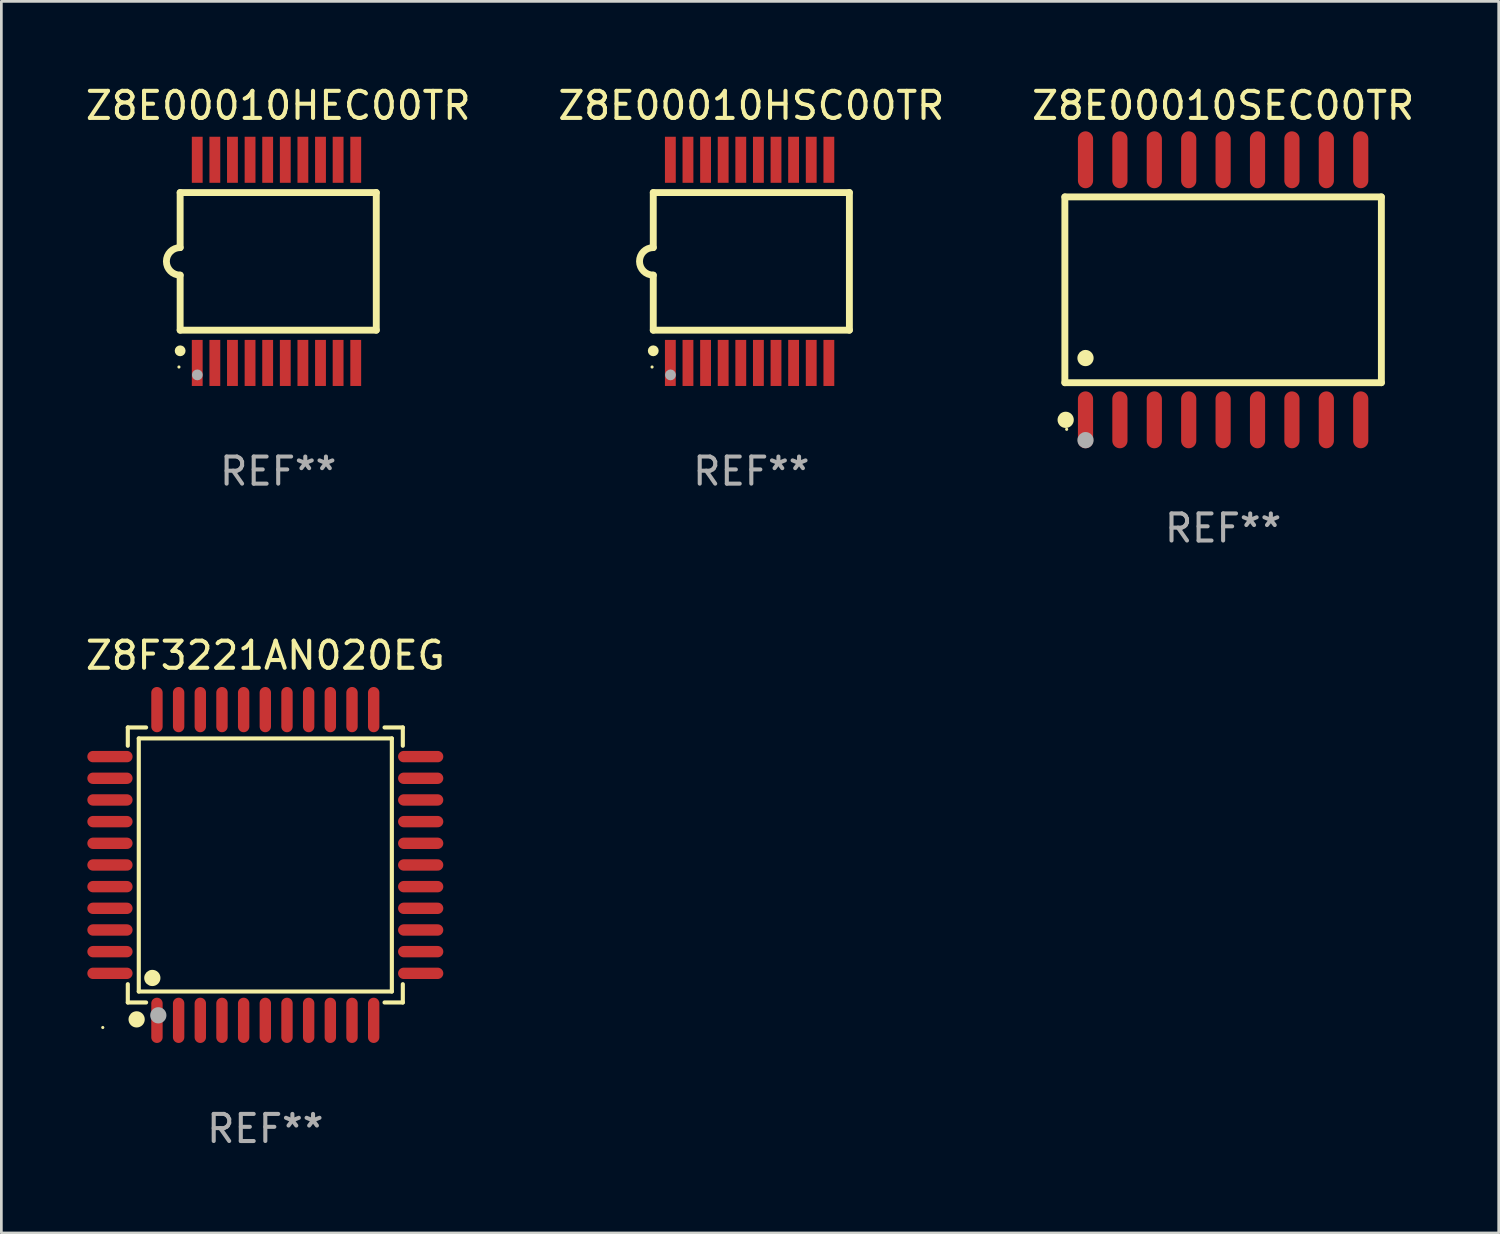
<source format=kicad_pcb>
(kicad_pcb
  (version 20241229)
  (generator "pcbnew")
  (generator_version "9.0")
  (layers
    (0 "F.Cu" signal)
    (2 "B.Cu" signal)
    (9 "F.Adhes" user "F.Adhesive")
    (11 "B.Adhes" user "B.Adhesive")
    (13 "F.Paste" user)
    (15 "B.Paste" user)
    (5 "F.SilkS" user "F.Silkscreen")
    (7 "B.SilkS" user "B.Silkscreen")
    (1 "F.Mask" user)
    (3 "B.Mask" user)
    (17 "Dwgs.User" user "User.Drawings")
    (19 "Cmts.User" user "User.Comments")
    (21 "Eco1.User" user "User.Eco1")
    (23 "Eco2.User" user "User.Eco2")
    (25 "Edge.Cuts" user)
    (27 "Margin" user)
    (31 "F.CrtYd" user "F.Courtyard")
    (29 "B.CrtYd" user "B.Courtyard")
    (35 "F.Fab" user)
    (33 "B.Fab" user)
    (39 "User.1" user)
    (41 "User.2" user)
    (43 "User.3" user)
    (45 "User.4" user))
  (footprint "Z8E00010HSC00TR"
    (layer "F.Cu")
    (at 24.685 6.598)
    (property "Reference" "Z8E00010HSC00TR" (at 0 -5.75 0) (layer "F.SilkS") (effects (font (size 1 1) (thickness 0.15))))
    (attr through_hole)
    (fp_line (start -3.62 -2.54) (end 3.62 -2.54) (stroke (width 0.254) (type solid)) (layer "F.SilkS"))
    (fp_line (start -3.62 -0.508) (end -3.62 -2.54) (stroke (width 0.254) (type solid)) (layer "F.SilkS"))
    (fp_line (start -3.62 2.54) (end -3.62 0.508) (stroke (width 0.254) (type solid)) (layer "F.SilkS"))
    (fp_line (start 3.62 -2.54) (end 3.62 2.54) (stroke (width 0.254) (type solid)) (layer "F.SilkS"))
    (fp_line (start 3.62 2.54) (end -3.62 2.54) (stroke (width 0.254) (type solid)) (layer "F.SilkS"))
    (fp_arc (start -3.619507 0.508052) (mid -4.125607 0.000051) (end -3.619507 -0.50795) (stroke (width 0.254001) (type solid)) (layer "F.SilkS"))
    (fp_circle (center -3.664 3.9) (end -3.634 3.9) (stroke (width 0.06) (type solid)) (fill no) (layer "F.SilkS"))
    (fp_circle (center -3.62 3.302) (end -3.52 3.302) (stroke (width 0.2) (type solid)) (fill no) (layer "F.SilkS"))
    (fp_circle (center -2.985 4.191) (end -2.885 4.191) (stroke (width 0.2) (type solid)) (fill no) (layer "F.Fab"))
    (fp_text user "REF**" (at 0 7.75 0) (layer "F.Fab") (effects (font (size 1 1) (thickness 0.15))))
    (pad "1" smd rect (at -2.989 3.75) (size 0.4 1.7) (layers "F.Cu" "F.Mask" "F.Paste"))
    (pad "2" smd rect (at -2.339 3.75) (size 0.4 1.7) (layers "F.Cu" "F.Mask" "F.Paste"))
    (pad "3" smd rect (at -1.689 3.75) (size 0.4 1.7) (layers "F.Cu" "F.Mask" "F.Paste"))
    (pad "4" smd rect (at -1.039 3.75) (size 0.4 1.7) (layers "F.Cu" "F.Mask" "F.Paste"))
    (pad "5" smd rect (at -0.389 3.75) (size 0.4 1.7) (layers "F.Cu" "F.Mask" "F.Paste"))
    (pad "6" smd rect (at 0.261 3.75) (size 0.4 1.7) (layers "F.Cu" "F.Mask" "F.Paste"))
    (pad "7" smd rect (at 0.911 3.75) (size 0.4 1.7) (layers "F.Cu" "F.Mask" "F.Paste"))
    (pad "8" smd rect (at 1.561 3.75) (size 0.4 1.7) (layers "F.Cu" "F.Mask" "F.Paste"))
    (pad "9" smd rect (at 2.211 3.75) (size 0.4 1.7) (layers "F.Cu" "F.Mask" "F.Paste"))
    (pad "10" smd rect (at 2.862 3.75) (size 0.4 1.7) (layers "F.Cu" "F.Mask" "F.Paste"))
    (pad "11" smd rect (at 2.862 -3.75) (size 0.4 1.7) (layers "F.Cu" "F.Mask" "F.Paste"))
    (pad "12" smd rect (at 2.211 -3.75) (size 0.4 1.7) (layers "F.Cu" "F.Mask" "F.Paste"))
    (pad "13" smd rect (at 1.561 -3.75) (size 0.4 1.7) (layers "F.Cu" "F.Mask" "F.Paste"))
    (pad "14" smd rect (at 0.911 -3.75) (size 0.4 1.7) (layers "F.Cu" "F.Mask" "F.Paste"))
    (pad "15" smd rect (at 0.261 -3.75) (size 0.4 1.7) (layers "F.Cu" "F.Mask" "F.Paste"))
    (pad "16" smd rect (at -0.389 -3.75) (size 0.4 1.7) (layers "F.Cu" "F.Mask" "F.Paste"))
    (pad "17" smd rect (at -1.039 -3.75) (size 0.4 1.7) (layers "F.Cu" "F.Mask" "F.Paste"))
    (pad "18" smd rect (at -1.689 -3.75) (size 0.4 1.7) (layers "F.Cu" "F.Mask" "F.Paste"))
    (pad "19" smd rect (at -2.339 -3.75) (size 0.4 1.7) (layers "F.Cu" "F.Mask" "F.Paste"))
    (pad "20" smd rect (at -2.989 -3.75) (size 0.4 1.7) (layers "F.Cu" "F.Mask" "F.Paste")))
  (footprint "Z8F3221AN020EG"
    (layer "F.Cu")
    (at 6.744 28.88)
    (property "Reference" "Z8F3221AN020EG" (at 0 -7.735 0) (layer "F.SilkS") (effects (font (size 1 1) (thickness 0.15))))
    (attr through_hole)
    (fp_line (start -5.076 -5.076) (end -4.401 -5.076) (stroke (width 0.152) (type solid)) (layer "F.SilkS"))
    (fp_line (start -5.076 -4.401) (end -5.076 -5.076) (stroke (width 0.152) (type solid)) (layer "F.SilkS"))
    (fp_line (start -5.076 4.401) (end -5.076 5.076) (stroke (width 0.152) (type solid)) (layer "F.SilkS"))
    (fp_line (start -5.076 5.076) (end -4.401 5.076) (stroke (width 0.152) (type solid)) (layer "F.SilkS"))
    (fp_line (start -4.671 -4.671) (end 4.671 -4.671) (stroke (width 0.152) (type solid)) (layer "F.SilkS"))
    (fp_line (start -4.671 4.671) (end -4.671 -4.671) (stroke (width 0.152) (type solid)) (layer "F.SilkS"))
    (fp_line (start 4.671 -4.671) (end 4.671 4.671) (stroke (width 0.152) (type solid)) (layer "F.SilkS"))
    (fp_line (start 4.671 4.671) (end -4.671 4.671) (stroke (width 0.152) (type solid)) (layer "F.SilkS"))
    (fp_line (start 5.076 -5.076) (end 4.401 -5.076) (stroke (width 0.152) (type solid)) (layer "F.SilkS"))
    (fp_line (start 5.076 -4.401) (end 5.076 -5.076) (stroke (width 0.152) (type solid)) (layer "F.SilkS"))
    (fp_line (start 5.076 4.401) (end 5.076 5.076) (stroke (width 0.152) (type solid)) (layer "F.SilkS"))
    (fp_line (start 5.076 5.076) (end 4.401 5.076) (stroke (width 0.152) (type solid)) (layer "F.SilkS"))
    (fp_circle (center -6 6) (end -5.97 6) (stroke (width 0.06) (type solid)) (fill no) (layer "F.SilkS"))
    (fp_circle (center -4.75 5.7) (end -4.6 5.7) (stroke (width 0.3) (type solid)) (fill no) (layer "F.SilkS"))
    (fp_circle (center -4.171 4.171) (end -4.021 4.171) (stroke (width 0.3) (type solid)) (fill no) (layer "F.SilkS"))
    (fp_circle (center -3.95 5.55) (end -3.8 5.55) (stroke (width 0.3) (type solid)) (fill no) (layer "F.Fab"))
    (fp_text user "REF**" (at 0 9.735 0) (layer "F.Fab") (effects (font (size 1 1) (thickness 0.15))))
    (pad "1" smd oval (at -4 5.735) (size 0.42 1.67) (layers "F.Cu" "F.Mask" "F.Paste"))
    (pad "2" smd oval (at -3.2 5.735) (size 0.42 1.67) (layers "F.Cu" "F.Mask" "F.Paste"))
    (pad "3" smd oval (at -2.4 5.735) (size 0.42 1.67) (layers "F.Cu" "F.Mask" "F.Paste"))
    (pad "4" smd oval (at -1.6 5.735) (size 0.42 1.67) (layers "F.Cu" "F.Mask" "F.Paste"))
    (pad "5" smd oval (at -0.8 5.735) (size 0.42 1.67) (layers "F.Cu" "F.Mask" "F.Paste"))
    (pad "6" smd oval (at 0 5.735) (size 0.42 1.67) (layers "F.Cu" "F.Mask" "F.Paste"))
    (pad "7" smd oval (at 0.8 5.735) (size 0.42 1.67) (layers "F.Cu" "F.Mask" "F.Paste"))
    (pad "8" smd oval (at 1.6 5.735) (size 0.42 1.67) (layers "F.Cu" "F.Mask" "F.Paste"))
    (pad "9" smd oval (at 2.4 5.735) (size 0.42 1.67) (layers "F.Cu" "F.Mask" "F.Paste"))
    (pad "10" smd oval (at 3.2 5.735) (size 0.42 1.67) (layers "F.Cu" "F.Mask" "F.Paste"))
    (pad "11" smd oval (at 4 5.735) (size 0.42 1.67) (layers "F.Cu" "F.Mask" "F.Paste"))
    (pad "12" smd oval (at 5.735 4) (size 1.67 0.42) (layers "F.Cu" "F.Mask" "F.Paste"))
    (pad "13" smd oval (at 5.735 3.2) (size 1.67 0.42) (layers "F.Cu" "F.Mask" "F.Paste"))
    (pad "14" smd oval (at 5.735 2.4) (size 1.67 0.42) (layers "F.Cu" "F.Mask" "F.Paste"))
    (pad "15" smd oval (at 5.735 1.6) (size 1.67 0.42) (layers "F.Cu" "F.Mask" "F.Paste"))
    (pad "16" smd oval (at 5.735 0.8) (size 1.67 0.42) (layers "F.Cu" "F.Mask" "F.Paste"))
    (pad "17" smd oval (at 5.735 0) (size 1.67 0.42) (layers "F.Cu" "F.Mask" "F.Paste"))
    (pad "18" smd oval (at 5.735 -0.8) (size 1.67 0.42) (layers "F.Cu" "F.Mask" "F.Paste"))
    (pad "19" smd oval (at 5.735 -1.6) (size 1.67 0.42) (layers "F.Cu" "F.Mask" "F.Paste"))
    (pad "20" smd oval (at 5.735 -2.4) (size 1.67 0.42) (layers "F.Cu" "F.Mask" "F.Paste"))
    (pad "21" smd oval (at 5.735 -3.2) (size 1.67 0.42) (layers "F.Cu" "F.Mask" "F.Paste"))
    (pad "22" smd oval (at 5.735 -4) (size 1.67 0.42) (layers "F.Cu" "F.Mask" "F.Paste"))
    (pad "23" smd oval (at 4 -5.735) (size 0.42 1.67) (layers "F.Cu" "F.Mask" "F.Paste"))
    (pad "24" smd oval (at 3.2 -5.735) (size 0.42 1.67) (layers "F.Cu" "F.Mask" "F.Paste"))
    (pad "25" smd oval (at 2.4 -5.735) (size 0.42 1.67) (layers "F.Cu" "F.Mask" "F.Paste"))
    (pad "26" smd oval (at 1.6 -5.735) (size 0.42 1.67) (layers "F.Cu" "F.Mask" "F.Paste"))
    (pad "27" smd oval (at 0.8 -5.735) (size 0.42 1.67) (layers "F.Cu" "F.Mask" "F.Paste"))
    (pad "28" smd oval (at 0 -5.735) (size 0.42 1.67) (layers "F.Cu" "F.Mask" "F.Paste"))
    (pad "29" smd oval (at -0.8 -5.735) (size 0.42 1.67) (layers "F.Cu" "F.Mask" "F.Paste"))
    (pad "30" smd oval (at -1.6 -5.735) (size 0.42 1.67) (layers "F.Cu" "F.Mask" "F.Paste"))
    (pad "31" smd oval (at -2.4 -5.735) (size 0.42 1.67) (layers "F.Cu" "F.Mask" "F.Paste"))
    (pad "32" smd oval (at -3.2 -5.735) (size 0.42 1.67) (layers "F.Cu" "F.Mask" "F.Paste"))
    (pad "33" smd oval (at -4 -5.735) (size 0.42 1.67) (layers "F.Cu" "F.Mask" "F.Paste"))
    (pad "34" smd oval (at -5.735 -4) (size 1.67 0.42) (layers "F.Cu" "F.Mask" "F.Paste"))
    (pad "35" smd oval (at -5.735 -3.2) (size 1.67 0.42) (layers "F.Cu" "F.Mask" "F.Paste"))
    (pad "36" smd oval (at -5.735 -2.4) (size 1.67 0.42) (layers "F.Cu" "F.Mask" "F.Paste"))
    (pad "37" smd oval (at -5.735 -1.6) (size 1.67 0.42) (layers "F.Cu" "F.Mask" "F.Paste"))
    (pad "38" smd oval (at -5.735 -0.8) (size 1.67 0.42) (layers "F.Cu" "F.Mask" "F.Paste"))
    (pad "39" smd oval (at -5.735 0) (size 1.67 0.42) (layers "F.Cu" "F.Mask" "F.Paste"))
    (pad "40" smd oval (at -5.735 0.8) (size 1.67 0.42) (layers "F.Cu" "F.Mask" "F.Paste"))
    (pad "41" smd oval (at -5.735 1.6) (size 1.67 0.42) (layers "F.Cu" "F.Mask" "F.Paste"))
    (pad "42" smd oval (at -5.735 2.4) (size 1.67 0.42) (layers "F.Cu" "F.Mask" "F.Paste"))
    (pad "43" smd oval (at -5.735 3.2) (size 1.67 0.42) (layers "F.Cu" "F.Mask" "F.Paste"))
    (pad "44" smd oval (at -5.735 4) (size 1.67 0.42) (layers "F.Cu" "F.Mask" "F.Paste")))
  (footprint "Z8E00010HEC00TR"
    (layer "F.Cu")
    (at 7.22 6.598)
    (property "Reference" "Z8E00010HEC00TR" (at 0 -5.75 0) (layer "F.SilkS") (effects (font (size 1 1) (thickness 0.15))))
    (attr through_hole)
    (fp_line (start -3.62 -2.54) (end 3.62 -2.54) (stroke (width 0.254) (type solid)) (layer "F.SilkS"))
    (fp_line (start -3.62 -0.508) (end -3.62 -2.54) (stroke (width 0.254) (type solid)) (layer "F.SilkS"))
    (fp_line (start -3.62 2.54) (end -3.62 0.508) (stroke (width 0.254) (type solid)) (layer "F.SilkS"))
    (fp_line (start 3.62 -2.54) (end 3.62 2.54) (stroke (width 0.254) (type solid)) (layer "F.SilkS"))
    (fp_line (start 3.62 2.54) (end -3.62 2.54) (stroke (width 0.254) (type solid)) (layer "F.SilkS"))
    (fp_arc (start -3.619507 0.508052) (mid -4.125607 0.000051) (end -3.619507 -0.50795) (stroke (width 0.254001) (type solid)) (layer "F.SilkS"))
    (fp_circle (center -3.664 3.9) (end -3.634 3.9) (stroke (width 0.06) (type solid)) (fill no) (layer "F.SilkS"))
    (fp_circle (center -3.62 3.302) (end -3.52 3.302) (stroke (width 0.2) (type solid)) (fill no) (layer "F.SilkS"))
    (fp_circle (center -2.985 4.191) (end -2.885 4.191) (stroke (width 0.2) (type solid)) (fill no) (layer "F.Fab"))
    (fp_text user "REF**" (at 0 7.75 0) (layer "F.Fab") (effects (font (size 1 1) (thickness 0.15))))
    (pad "1" smd rect (at -2.989 3.75) (size 0.4 1.7) (layers "F.Cu" "F.Mask" "F.Paste"))
    (pad "2" smd rect (at -2.339 3.75) (size 0.4 1.7) (layers "F.Cu" "F.Mask" "F.Paste"))
    (pad "3" smd rect (at -1.689 3.75) (size 0.4 1.7) (layers "F.Cu" "F.Mask" "F.Paste"))
    (pad "4" smd rect (at -1.039 3.75) (size 0.4 1.7) (layers "F.Cu" "F.Mask" "F.Paste"))
    (pad "5" smd rect (at -0.389 3.75) (size 0.4 1.7) (layers "F.Cu" "F.Mask" "F.Paste"))
    (pad "6" smd rect (at 0.261 3.75) (size 0.4 1.7) (layers "F.Cu" "F.Mask" "F.Paste"))
    (pad "7" smd rect (at 0.911 3.75) (size 0.4 1.7) (layers "F.Cu" "F.Mask" "F.Paste"))
    (pad "8" smd rect (at 1.561 3.75) (size 0.4 1.7) (layers "F.Cu" "F.Mask" "F.Paste"))
    (pad "9" smd rect (at 2.211 3.75) (size 0.4 1.7) (layers "F.Cu" "F.Mask" "F.Paste"))
    (pad "10" smd rect (at 2.862 3.75) (size 0.4 1.7) (layers "F.Cu" "F.Mask" "F.Paste"))
    (pad "11" smd rect (at 2.862 -3.75) (size 0.4 1.7) (layers "F.Cu" "F.Mask" "F.Paste"))
    (pad "12" smd rect (at 2.211 -3.75) (size 0.4 1.7) (layers "F.Cu" "F.Mask" "F.Paste"))
    (pad "13" smd rect (at 1.561 -3.75) (size 0.4 1.7) (layers "F.Cu" "F.Mask" "F.Paste"))
    (pad "14" smd rect (at 0.911 -3.75) (size 0.4 1.7) (layers "F.Cu" "F.Mask" "F.Paste"))
    (pad "15" smd rect (at 0.261 -3.75) (size 0.4 1.7) (layers "F.Cu" "F.Mask" "F.Paste"))
    (pad "16" smd rect (at -0.389 -3.75) (size 0.4 1.7) (layers "F.Cu" "F.Mask" "F.Paste"))
    (pad "17" smd rect (at -1.039 -3.75) (size 0.4 1.7) (layers "F.Cu" "F.Mask" "F.Paste"))
    (pad "18" smd rect (at -1.689 -3.75) (size 0.4 1.7) (layers "F.Cu" "F.Mask" "F.Paste"))
    (pad "19" smd rect (at -2.339 -3.75) (size 0.4 1.7) (layers "F.Cu" "F.Mask" "F.Paste"))
    (pad "20" smd rect (at -2.989 -3.75) (size 0.4 1.7) (layers "F.Cu" "F.Mask" "F.Paste")))
  (footprint "Z8E00010SEC00TR"
    (layer "F.Cu")
    (at 42.101 7.648)
    (property "Reference" "Z8E00010SEC00TR" (at 0 -6.8 0) (layer "F.SilkS") (effects (font (size 1 1) (thickness 0.15))))
    (attr through_hole)
    (fp_line (start -5.842 -3.429) (end -5.842 3.429) (stroke (width 0.254) (type solid)) (layer "F.SilkS"))
    (fp_line (start -5.842 3.429) (end 5.842 3.429) (stroke (width 0.254) (type solid)) (layer "F.SilkS"))
    (fp_line (start 5.842 -3.429) (end -5.842 -3.429) (stroke (width 0.254) (type solid)) (layer "F.SilkS"))
    (fp_line (start 5.842 3.429) (end 5.842 -3.429) (stroke (width 0.254) (type solid)) (layer "F.SilkS"))
    (fp_circle (center -5.812 4.8) (end -5.662 4.8) (stroke (width 0.3) (type solid)) (fill no) (layer "F.SilkS"))
    (fp_circle (center -5.775 5.15) (end -5.745 5.15) (stroke (width 0.06) (type solid)) (fill no) (layer "F.SilkS"))
    (fp_circle (center -5.08 2.519) (end -4.93 2.519) (stroke (width 0.3) (type solid)) (fill no) (layer "F.SilkS"))
    (fp_circle (center -5.08 5.55) (end -4.93 5.55) (stroke (width 0.3) (type solid)) (fill no) (layer "F.Fab"))
    (fp_text user "REF**" (at 0 8.8 0) (layer "F.Fab") (effects (font (size 1 1) (thickness 0.15))))
    (pad "1" smd oval (at -5.08 4.8) (size 0.56 2.1) (layers "F.Cu" "F.Mask" "F.Paste"))
    (pad "2" smd oval (at -3.81 4.8) (size 0.56 2.1) (layers "F.Cu" "F.Mask" "F.Paste"))
    (pad "3" smd oval (at -2.54 4.8) (size 0.56 2.1) (layers "F.Cu" "F.Mask" "F.Paste"))
    (pad "4" smd oval (at -1.27 4.8) (size 0.56 2.1) (layers "F.Cu" "F.Mask" "F.Paste"))
    (pad "5" smd oval (at 0 4.8) (size 0.56 2.1) (layers "F.Cu" "F.Mask" "F.Paste"))
    (pad "6" smd oval (at 1.27 4.8) (size 0.56 2.1) (layers "F.Cu" "F.Mask" "F.Paste"))
    (pad "7" smd oval (at 2.54 4.8) (size 0.56 2.1) (layers "F.Cu" "F.Mask" "F.Paste"))
    (pad "8" smd oval (at 3.81 4.8) (size 0.56 2.1) (layers "F.Cu" "F.Mask" "F.Paste"))
    (pad "9" smd oval (at 5.08 4.8) (size 0.56 2.1) (layers "F.Cu" "F.Mask" "F.Paste"))
    (pad "10" smd oval (at 5.08 -4.8) (size 0.56 2.1) (layers "F.Cu" "F.Mask" "F.Paste"))
    (pad "11" smd oval (at 3.81 -4.8) (size 0.56 2.1) (layers "F.Cu" "F.Mask" "F.Paste"))
    (pad "12" smd oval (at 2.54 -4.8) (size 0.56 2.1) (layers "F.Cu" "F.Mask" "F.Paste"))
    (pad "13" smd oval (at 1.27 -4.8) (size 0.56 2.1) (layers "F.Cu" "F.Mask" "F.Paste"))
    (pad "14" smd oval (at 0 -4.8) (size 0.56 2.1) (layers "F.Cu" "F.Mask" "F.Paste"))
    (pad "15" smd oval (at -1.27 -4.8) (size 0.56 2.1) (layers "F.Cu" "F.Mask" "F.Paste"))
    (pad "16" smd oval (at -2.54 -4.8) (size 0.56 2.1) (layers "F.Cu" "F.Mask" "F.Paste"))
    (pad "17" smd oval (at -3.81 -4.8) (size 0.56 2.1) (layers "F.Cu" "F.Mask" "F.Paste"))
    (pad "18" smd oval (at -5.08 -4.8) (size 0.56 2.1) (layers "F.Cu" "F.Mask" "F.Paste")))
  (gr_rect
    (start -3 -3)
    (end 52.274 42.463)
    (stroke (width 0.1) (type default))
    (fill no)
    (layer "Edge.Cuts")))
</source>
